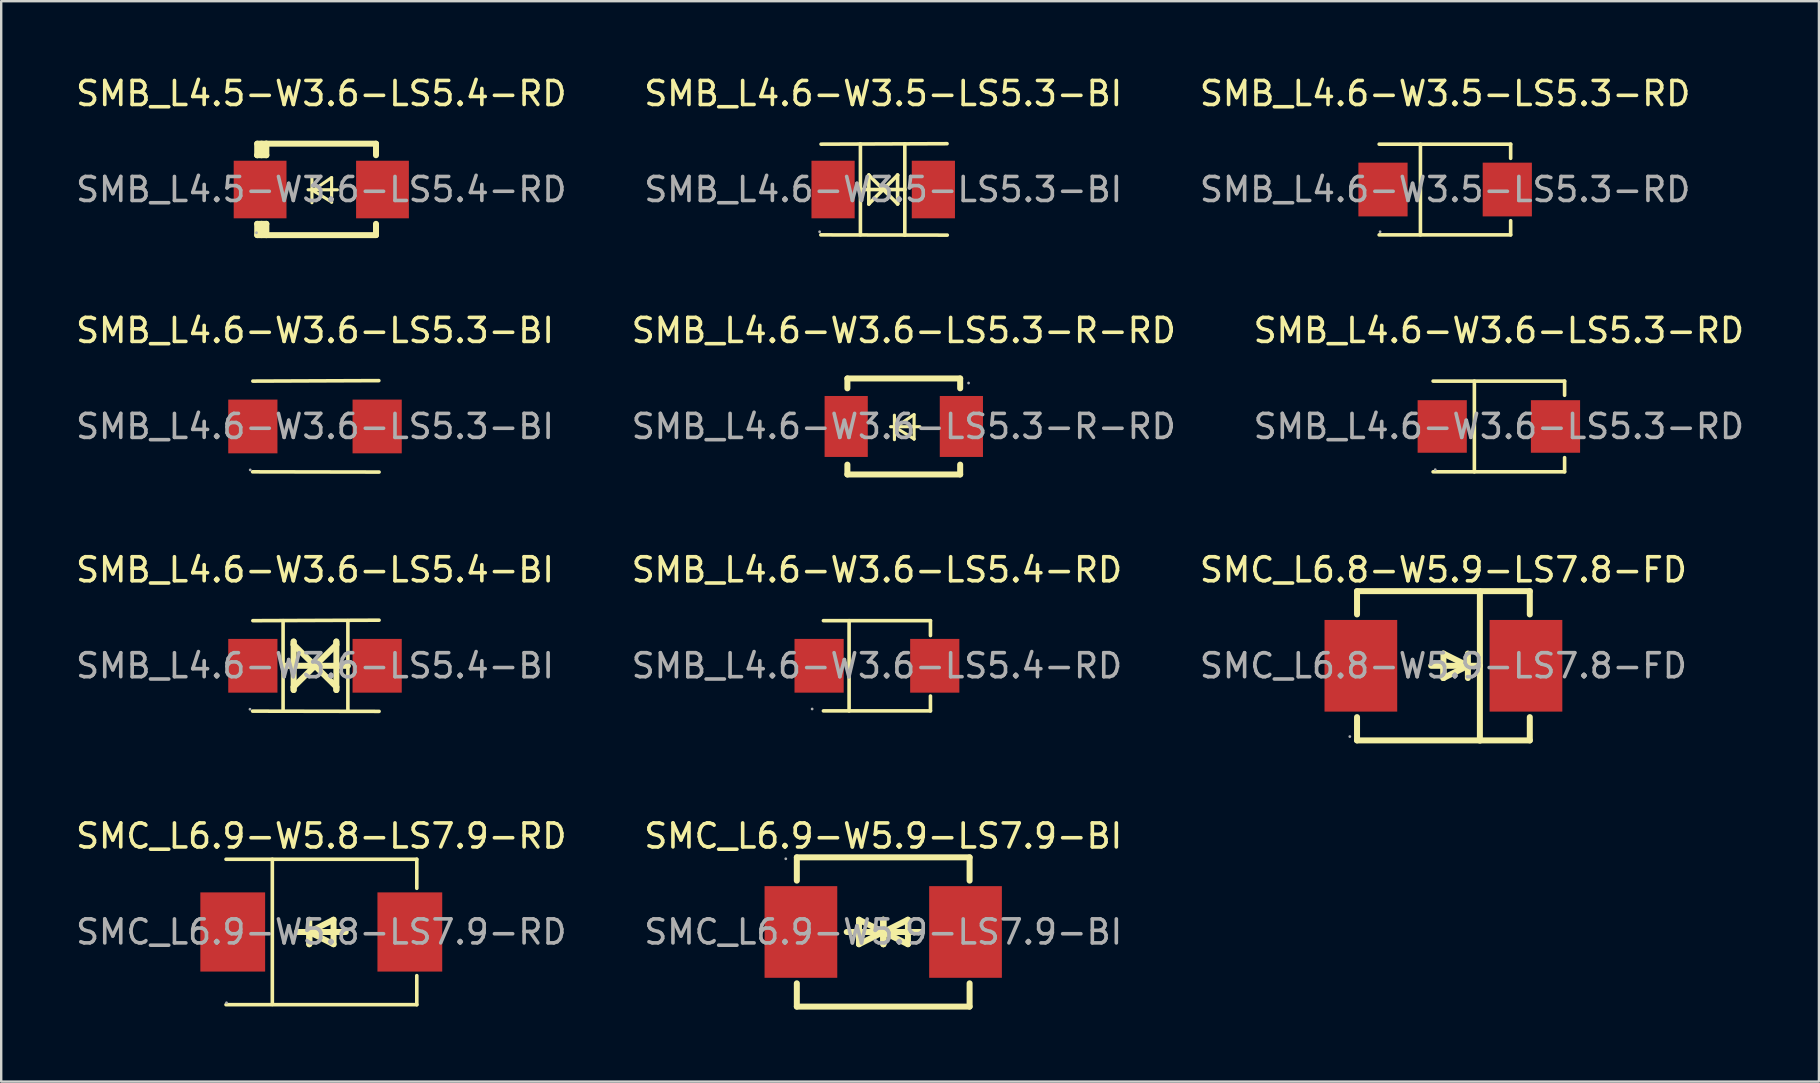
<source format=kicad_pcb>
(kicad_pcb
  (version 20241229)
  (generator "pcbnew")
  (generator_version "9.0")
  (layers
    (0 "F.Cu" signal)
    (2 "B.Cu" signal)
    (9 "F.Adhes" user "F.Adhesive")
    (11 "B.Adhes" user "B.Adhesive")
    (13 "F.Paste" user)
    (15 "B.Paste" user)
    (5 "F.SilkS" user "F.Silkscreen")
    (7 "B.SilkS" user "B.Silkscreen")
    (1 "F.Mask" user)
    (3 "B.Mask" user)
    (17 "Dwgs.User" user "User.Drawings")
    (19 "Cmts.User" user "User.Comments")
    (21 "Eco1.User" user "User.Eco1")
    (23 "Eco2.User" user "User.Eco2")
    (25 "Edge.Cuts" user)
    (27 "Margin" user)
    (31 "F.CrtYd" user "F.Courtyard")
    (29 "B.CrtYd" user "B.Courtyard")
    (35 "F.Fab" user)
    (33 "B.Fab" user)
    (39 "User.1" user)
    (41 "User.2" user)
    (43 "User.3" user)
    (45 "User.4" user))
  (footprint "SMC_L6.9-W5.9-LS7.9-BI"
    (layer "F.Cu")
    (at 33.756 35.788)
    (property "Reference" "SMC_L6.9-W5.9-LS7.9-BI" (at 0 -4 0) (layer "F.SilkS") (effects (font (size 1 1) (thickness 0.15))))
    (attr through_hole)
    (fp_line (start -3.6 -2.14) (end -3.6 -3.11) (stroke (width 0.25) (type solid)) (layer "F.SilkS"))
    (fp_line (start -3.6 3.11) (end -3.6 2.14) (stroke (width 0.25) (type solid)) (layer "F.SilkS"))
    (fp_line (start -1.52 0) (end 0.51 0) (stroke (width 0.25) (type solid)) (layer "F.SilkS"))
    (fp_line (start -1.01 -0.51) (end -1.01 0.51) (stroke (width 0.25) (type solid)) (layer "F.SilkS"))
    (fp_line (start -1.01 0.51) (end 0 0) (stroke (width 0.25) (type solid)) (layer "F.SilkS"))
    (fp_line (start 0 -0.51) (end 0 0.51) (stroke (width 0.25) (type solid)) (layer "F.SilkS"))
    (fp_line (start 0 0) (end -1.01 -0.51) (stroke (width 0.25) (type solid)) (layer "F.SilkS"))
    (fp_line (start 0 0) (end 0 -0.51) (stroke (width 0.25) (type solid)) (layer "F.SilkS"))
    (fp_line (start 0.01 0) (end 0.01 0.51) (stroke (width 0.25) (type solid)) (layer "F.SilkS"))
    (fp_line (start 0.01 0) (end 1.03 0.51) (stroke (width 0.25) (type solid)) (layer "F.SilkS"))
    (fp_line (start 0.01 0.51) (end 0.01 -0.51) (stroke (width 0.25) (type solid)) (layer "F.SilkS"))
    (fp_line (start 1.03 -0.51) (end 0.01 0) (stroke (width 0.25) (type solid)) (layer "F.SilkS"))
    (fp_line (start 1.03 0.51) (end 1.03 -0.51) (stroke (width 0.25) (type solid)) (layer "F.SilkS"))
    (fp_line (start 1.54 0) (end -0.5 0) (stroke (width 0.25) (type solid)) (layer "F.SilkS"))
    (fp_line (start 3.6 -3.11) (end -3.6 -3.11) (stroke (width 0.25) (type solid)) (layer "F.SilkS"))
    (fp_line (start 3.6 -2.14) (end 3.6 -3.11) (stroke (width 0.25) (type solid)) (layer "F.SilkS"))
    (fp_line (start 3.6 3.11) (end -3.6 3.11) (stroke (width 0.25) (type solid)) (layer "F.SilkS"))
    (fp_line (start 3.6 3.11) (end 3.6 2.14) (stroke (width 0.25) (type solid)) (layer "F.SilkS"))
    (fp_circle (center -4.06 -3.05) (end -4.03 -3.05) (stroke (width 0.06) (type solid)) (fill no) (layer "F.Fab"))
    (fp_text user "${REFERENCE}" (at 0 0 0) (layer "F.Fab") (effects (font (size 1 1) (thickness 0.15))))
    (pad "1" smd rect (at -3.43 0) (size 3.03 3.82) (layers "F.Cu" "F.Mask" "F.Paste"))
    (pad "2" smd rect (at 3.43 0) (size 3.03 3.82) (layers "F.Cu" "F.Mask" "F.Paste")))
  (footprint "SMB_L4.6-W3.6-LS5.3-RD"
    (layer "F.Cu")
    (at 59.411 14.722)
    (property "Reference" "SMB_L4.6-W3.6-LS5.3-RD" (at 0 -4 0) (layer "F.SilkS") (effects (font (size 1 1) (thickness 0.15))))
    (attr through_hole)
    (fp_line (start -2.74 -1.89) (end 2.74 -1.89) (stroke (width 0.15) (type solid)) (layer "F.SilkS"))
    (fp_line (start -2.74 1.89) (end 2.74 1.89) (stroke (width 0.15) (type solid)) (layer "F.SilkS"))
    (fp_line (start -1.02 -1.89) (end -1.02 1.89) (stroke (width 0.15) (type solid)) (layer "F.SilkS"))
    (fp_line (start 2.74 -1.89) (end 2.74 -1.3) (stroke (width 0.15) (type solid)) (layer "F.SilkS"))
    (fp_line (start 2.74 1.89) (end 2.74 1.3) (stroke (width 0.15) (type solid)) (layer "F.SilkS"))
    (fp_circle (center -2.65 1.8) (end -2.62 1.8) (stroke (width 0.06) (type solid)) (fill no) (layer "F.Fab"))
    (fp_text user "${REFERENCE}" (at 0 0 0) (layer "F.Fab") (effects (font (size 1 1) (thickness 0.15))))
    (pad "1" smd rect (at -2.36 0) (size 2.05 2.19) (layers "F.Cu" "F.Mask" "F.Paste"))
    (pad "2" smd rect (at 2.36 0) (size 2.05 2.19) (layers "F.Cu" "F.Mask" "F.Paste")))
  (footprint "SMB_L4.5-W3.6-LS5.4-RD"
    (layer "F.Cu")
    (at 10.339 4.848)
    (property "Reference" "SMB_L4.5-W3.6-LS5.4-RD" (at 0 -4 0) (layer "F.SilkS") (effects (font (size 1 1) (thickness 0.15))))
    (attr smd)
    (fp_line (start -2.67 -1.91) (end -2.67 -1.43) (stroke (width 0.25) (type solid)) (layer "F.SilkS"))
    (fp_line (start -2.67 -1.43) (end -2.67 -1.43) (stroke (width 0.25) (type solid)) (layer "F.SilkS"))
    (fp_line (start -2.67 1.43) (end -2.67 1.9) (stroke (width 0.25) (type solid)) (layer "F.SilkS"))
    (fp_line (start -2.67 1.43) (end -2.29 1.43) (stroke (width 0.25) (type solid)) (layer "F.SilkS"))
    (fp_line (start -2.67 1.9) (end -2.29 1.9) (stroke (width 0.25) (type solid)) (layer "F.SilkS"))
    (fp_line (start -2.49 -1.43) (end -2.49 -1.91) (stroke (width 0.25) (type solid)) (layer "F.SilkS"))
    (fp_line (start -2.49 1.9) (end -2.49 1.43) (stroke (width 0.25) (type solid)) (layer "F.SilkS"))
    (fp_line (start -2.29 -1.91) (end -2.67 -1.91) (stroke (width 0.25) (type solid)) (layer "F.SilkS"))
    (fp_line (start -2.29 -1.91) (end 2.28 -1.91) (stroke (width 0.25) (type solid)) (layer "F.SilkS"))
    (fp_line (start -2.29 -1.43) (end -2.67 -1.43) (stroke (width 0.25) (type solid)) (layer "F.SilkS"))
    (fp_line (start -2.29 -1.43) (end -2.29 -1.91) (stroke (width 0.25) (type solid)) (layer "F.SilkS"))
    (fp_line (start -2.29 1.9) (end -2.29 1.43) (stroke (width 0.25) (type solid)) (layer "F.SilkS"))
    (fp_line (start -0.55 0.01) (end 0.67 0.01) (stroke (width 0.13) (type solid)) (layer "F.SilkS"))
    (fp_line (start -0.39 -0.47) (end -0.39 0.55) (stroke (width 0.13) (type solid)) (layer "F.SilkS"))
    (fp_line (start -0.35 0.04) (end 0.43 0.52) (stroke (width 0.13) (type solid)) (layer "F.SilkS"))
    (fp_line (start 0.43 -0.5) (end -0.35 0.04) (stroke (width 0.13) (type solid)) (layer "F.SilkS"))
    (fp_line (start 0.43 0.53) (end 0.43 -0.49) (stroke (width 0.13) (type solid)) (layer "F.SilkS"))
    (fp_line (start 2.28 -1.91) (end 2.28 -1.43) (stroke (width 0.25) (type solid)) (layer "F.SilkS"))
    (fp_line (start 2.28 1.43) (end 2.28 1.9) (stroke (width 0.25) (type solid)) (layer "F.SilkS"))
    (fp_line (start 2.28 1.9) (end -2.29 1.9) (stroke (width 0.25) (type solid)) (layer "F.SilkS"))
    (fp_circle (center -2.7 1.8) (end -2.67 1.8) (stroke (width 0.06) (type solid)) (fill no) (layer "F.Fab"))
    (fp_text user "${REFERENCE}" (at 0 0 0) (layer "F.Fab") (effects (font (size 1 1) (thickness 0.15))))
    (pad "1" smd rect (at -2.55 0) (size 2.2 2.4) (layers "F.Cu" "F.Mask" "F.Paste"))
    (pad "2" smd rect (at 2.55 0) (size 2.2 2.4) (layers "F.Cu" "F.Mask" "F.Paste")))
  (footprint "SMB_L4.6-W3.6-LS5.3-R-RD"
    (layer "F.Cu")
    (at 34.613 14.722)
    (property "Reference" "SMB_L4.6-W3.6-LS5.3-R-RD" (at 0 -4 0) (layer "F.SilkS") (effects (font (size 1 1) (thickness 0.15))))
    (attr smd)
    (fp_line (start -2.35 -2) (end -2.35 -1.59) (stroke (width 0.25) (type solid)) (layer "F.SilkS"))
    (fp_line (start -2.35 -2) (end 2.35 -2) (stroke (width 0.25) (type solid)) (layer "F.SilkS"))
    (fp_line (start -2.35 1.59) (end -2.35 2) (stroke (width 0.25) (type solid)) (layer "F.SilkS"))
    (fp_line (start -2.35 2) (end 2.35 2) (stroke (width 0.25) (type solid)) (layer "F.SilkS"))
    (fp_line (start -0.55 0.01) (end 0.67 0.01) (stroke (width 0.13) (type solid)) (layer "F.SilkS"))
    (fp_line (start -0.39 -0.47) (end -0.39 0.55) (stroke (width 0.13) (type solid)) (layer "F.SilkS"))
    (fp_line (start -0.35 0.04) (end 0.43 0.52) (stroke (width 0.13) (type solid)) (layer "F.SilkS"))
    (fp_line (start 0.43 -0.5) (end -0.35 0.04) (stroke (width 0.13) (type solid)) (layer "F.SilkS"))
    (fp_line (start 0.43 0.53) (end 0.43 -0.48) (stroke (width 0.13) (type solid)) (layer "F.SilkS"))
    (fp_line (start 2.35 -2) (end 2.35 -1.59) (stroke (width 0.25) (type solid)) (layer "F.SilkS"))
    (fp_line (start 2.35 1.59) (end 2.35 2) (stroke (width 0.25) (type solid)) (layer "F.SilkS"))
    (fp_circle (center 2.7 -1.81) (end 2.73 -1.81) (stroke (width 0.06) (type solid)) (fill no) (layer "F.Fab"))
    (fp_text user "${REFERENCE}" (at 0 0 0) (layer "F.Fab") (effects (font (size 1 1) (thickness 0.15))))
    (pad "1" smd rect (at 2.4 0) (size 1.8 2.54) (layers "F.Cu" "F.Mask" "F.Paste"))
    (pad "2" smd rect (at -2.4 0) (size 1.8 2.54) (layers "F.Cu" "F.Mask" "F.Paste")))
  (footprint "SMB_L4.6-W3.6-LS5.4-RD"
    (layer "F.Cu")
    (at 33.494 24.695)
    (property "Reference" "SMB_L4.6-W3.6-LS5.4-RD" (at 0 -4 0) (layer "F.SilkS") (effects (font (size 1 1) (thickness 0.15))))
    (attr through_hole)
    (fp_line (start -2.23 -1.88) (end 2.23 -1.88) (stroke (width 0.15) (type solid)) (layer "F.SilkS"))
    (fp_line (start -2.23 1.88) (end 2.23 1.88) (stroke (width 0.15) (type solid)) (layer "F.SilkS"))
    (fp_line (start -1.16 -1.88) (end -1.16 1.88) (stroke (width 0.15) (type solid)) (layer "F.SilkS"))
    (fp_line (start 2.23 -1.88) (end 2.23 -1.26) (stroke (width 0.15) (type solid)) (layer "F.SilkS"))
    (fp_line (start 2.23 1.88) (end 2.23 1.26) (stroke (width 0.15) (type solid)) (layer "F.SilkS"))
    (fp_circle (center -2.7 1.8) (end -2.67 1.8) (stroke (width 0.06) (type solid)) (fill no) (layer "F.Fab"))
    (fp_text user "${REFERENCE}" (at 0 0 0) (layer "F.Fab") (effects (font (size 1 1) (thickness 0.15))))
    (pad "1" smd rect (at -2.41 0) (size 2.05 2.24) (layers "F.Cu" "F.Mask" "F.Paste"))
    (pad "2" smd rect (at 2.41 0) (size 2.05 2.24) (layers "F.Cu" "F.Mask" "F.Paste")))
  (footprint "SMB_L4.6-W3.6-LS5.4-BI"
    (layer "F.Cu")
    (at 10.077 24.695)
    (property "Reference" "SMB_L4.6-W3.6-LS5.4-BI" (at 0 -4 0) (layer "F.SilkS") (effects (font (size 1 1) (thickness 0.15))))
    (attr smd)
    (fp_line (start -1.33 0) (end 1.37 0) (stroke (width 0.25) (type solid)) (layer "F.SilkS"))
    (fp_line (start -1.33 1.88) (end -1.33 -1.88) (stroke (width 0.15) (type solid)) (layer "F.SilkS"))
    (fp_line (start -0.89 -1.01) (end -0.89 1.01) (stroke (width 0.25) (type solid)) (layer "F.SilkS"))
    (fp_line (start -0.89 -0.88) (end -0.89 -1.01) (stroke (width 0.25) (type solid)) (layer "F.SilkS"))
    (fp_line (start -0.89 0.88) (end 0 0) (stroke (width 0.25) (type solid)) (layer "F.SilkS"))
    (fp_line (start -0.89 1.01) (end -0.89 0.88) (stroke (width 0.25) (type solid)) (layer "F.SilkS"))
    (fp_line (start 0 0) (end -0.89 -0.88) (stroke (width 0.25) (type solid)) (layer "F.SilkS"))
    (fp_line (start 0 0) (end 0.89 0.88) (stroke (width 0.25) (type solid)) (layer "F.SilkS"))
    (fp_line (start 0.89 -1.01) (end 0.89 -0.88) (stroke (width 0.25) (type solid)) (layer "F.SilkS"))
    (fp_line (start 0.89 -0.88) (end 0 0) (stroke (width 0.25) (type solid)) (layer "F.SilkS"))
    (fp_line (start 0.89 0.88) (end 0.89 1.01) (stroke (width 0.25) (type solid)) (layer "F.SilkS"))
    (fp_line (start 0.89 1.01) (end 0.89 -1.01) (stroke (width 0.25) (type solid)) (layer "F.SilkS"))
    (fp_line (start 1.37 1.88) (end 1.37 -1.88) (stroke (width 0.15) (type solid)) (layer "F.SilkS"))
    (fp_line (start 2.67 -1.9) (end -2.59 -1.88) (stroke (width 0.15) (type solid)) (layer "F.SilkS"))
    (fp_line (start 2.67 1.9) (end -2.6 1.89) (stroke (width 0.15) (type solid)) (layer "F.SilkS"))
    (fp_circle (center -2.71 1.81) (end -2.68 1.81) (stroke (width 0.06) (type solid)) (fill no) (layer "F.Fab"))
    (fp_text user "${REFERENCE}" (at 0 0 0) (layer "F.Fab") (effects (font (size 1 1) (thickness 0.15))))
    (pad "1" smd rect (at -2.59 0) (size 2.05 2.24) (layers "F.Cu" "F.Mask" "F.Paste"))
    (pad "2" smd rect (at 2.59 0) (size 2.05 2.24) (layers "F.Cu" "F.Mask" "F.Paste")))
  (footprint "SMC_L6.9-W5.8-LS7.9-RD"
    (layer "F.Cu")
    (at 10.339 35.788)
    (property "Reference" "SMC_L6.9-W5.8-LS7.9-RD" (at 0 -4 0) (layer "F.SilkS") (effects (font (size 1 1) (thickness 0.15))))
    (attr through_hole)
    (fp_line (start -3.97 -3.03) (end 3.98 -3.03) (stroke (width 0.15) (type solid)) (layer "F.SilkS"))
    (fp_line (start -3.97 3.03) (end 3.98 3.03) (stroke (width 0.15) (type solid)) (layer "F.SilkS"))
    (fp_line (start -2.04 -3.03) (end -2.04 3.02) (stroke (width 0.15) (type solid)) (layer "F.SilkS"))
    (fp_line (start -0.5 0) (end -0.5 0.51) (stroke (width 0.25) (type solid)) (layer "F.SilkS"))
    (fp_line (start -0.5 0) (end 0.51 0.51) (stroke (width 0.25) (type solid)) (layer "F.SilkS"))
    (fp_line (start -0.5 0.51) (end -0.5 -0.51) (stroke (width 0.25) (type solid)) (layer "F.SilkS"))
    (fp_line (start 0.51 -0.51) (end -0.5 0) (stroke (width 0.25) (type solid)) (layer "F.SilkS"))
    (fp_line (start 0.51 0.51) (end 0.51 -0.51) (stroke (width 0.25) (type solid)) (layer "F.SilkS"))
    (fp_line (start 1.02 0) (end -1.01 0) (stroke (width 0.25) (type solid)) (layer "F.SilkS"))
    (fp_line (start 3.98 -3.03) (end 3.98 -1.82) (stroke (width 0.15) (type solid)) (layer "F.SilkS"))
    (fp_line (start 3.98 3.03) (end 3.98 1.82) (stroke (width 0.15) (type solid)) (layer "F.SilkS"))
    (fp_circle (center -3.95 2.95) (end -3.92 2.95) (stroke (width 0.06) (type solid)) (fill no) (layer "F.Fab"))
    (fp_text user "${REFERENCE}" (at 0 0 0) (layer "F.Fab") (effects (font (size 1 1) (thickness 0.15))))
    (pad "1" smd rect (at -3.69 0) (size 2.7 3.3) (layers "F.Cu" "F.Mask" "F.Paste"))
    (pad "2" smd rect (at 3.69 0) (size 2.7 3.3) (layers "F.Cu" "F.Mask" "F.Paste")))
  (footprint "SMC_L6.8-W5.9-LS7.8-FD"
    (layer "F.Cu")
    (at 57.101 24.695)
    (property "Reference" "SMC_L6.8-W5.9-LS7.8-FD" (at 0 -4 0) (layer "F.SilkS") (effects (font (size 1 1) (thickness 0.15))))
    (attr smd)
    (fp_line (start -3.6 -3.11) (end -3.6 -2.14) (stroke (width 0.25) (type solid)) (layer "F.SilkS"))
    (fp_line (start -3.6 -3.11) (end 3.6 -3.11) (stroke (width 0.25) (type solid)) (layer "F.SilkS"))
    (fp_line (start -3.6 2.14) (end -3.6 3.11) (stroke (width 0.25) (type solid)) (layer "F.SilkS"))
    (fp_line (start -3.6 3.11) (end 3.6 3.11) (stroke (width 0.25) (type solid)) (layer "F.SilkS"))
    (fp_line (start -0.51 0) (end 1.52 0) (stroke (width 0.25) (type solid)) (layer "F.SilkS"))
    (fp_line (start 0 -0.51) (end 1.02 0) (stroke (width 0.25) (type solid)) (layer "F.SilkS"))
    (fp_line (start 0 0) (end 0 0.51) (stroke (width 0.25) (type solid)) (layer "F.SilkS"))
    (fp_line (start 0 0.51) (end 0 -0.51) (stroke (width 0.25) (type solid)) (layer "F.SilkS"))
    (fp_line (start 1.02 0) (end 0 0.51) (stroke (width 0.25) (type solid)) (layer "F.SilkS"))
    (fp_line (start 1.02 0.51) (end 1.02 -0.51) (stroke (width 0.25) (type solid)) (layer "F.SilkS"))
    (fp_line (start 1.52 -3.1) (end 1.52 3.12) (stroke (width 0.25) (type solid)) (layer "F.SilkS"))
    (fp_line (start 3.6 -3.11) (end 3.6 -2.14) (stroke (width 0.25) (type solid)) (layer "F.SilkS"))
    (fp_line (start 3.6 2.14) (end 3.6 3.11) (stroke (width 0.25) (type solid)) (layer "F.SilkS"))
    (fp_circle (center -3.9 2.95) (end -3.87 2.95) (stroke (width 0.06) (type solid)) (fill no) (layer "F.Fab"))
    (fp_text user "${REFERENCE}" (at 0 0 0) (layer "F.Fab") (effects (font (size 1 1) (thickness 0.15))))
    (pad "1" smd rect (at -3.44 0 180) (size 3.03 3.82) (layers "F.Cu" "F.Mask" "F.Paste"))
    (pad "2" smd rect (at 3.44 0 180) (size 3.03 3.82) (layers "F.Cu" "F.Mask" "F.Paste")))
  (footprint "SMB_L4.6-W3.6-LS5.3-BI"
    (layer "F.Cu")
    (at 10.077 14.722)
    (property "Reference" "SMB_L4.6-W3.6-LS5.3-BI" (at 0 -4 0) (layer "F.SilkS") (effects (font (size 1 1) (thickness 0.15))))
    (attr through_hole)
    (fp_line (start 2.66 -1.91) (end -2.59 -1.89) (stroke (width 0.15) (type solid)) (layer "F.SilkS"))
    (fp_line (start 2.67 1.9) (end -2.6 1.89) (stroke (width 0.15) (type solid)) (layer "F.SilkS"))
    (fp_circle (center -2.7 1.81) (end -2.67 1.81) (stroke (width 0.06) (type solid)) (fill no) (layer "F.Fab"))
    (fp_text user "${REFERENCE}" (at 0 0 0) (layer "F.Fab") (effects (font (size 1 1) (thickness 0.15))))
    (pad "1" smd rect (at -2.59 0) (size 2.05 2.24) (layers "F.Cu" "F.Mask" "F.Paste"))
    (pad "2" smd rect (at 2.59 0) (size 2.05 2.24) (layers "F.Cu" "F.Mask" "F.Paste")))
  (footprint "SMB_L4.6-W3.5-LS5.3-RD"
    (layer "F.Cu")
    (at 57.173 4.848)
    (property "Reference" "SMB_L4.6-W3.5-LS5.3-RD" (at 0 -4 0) (layer "F.SilkS") (effects (font (size 1 1) (thickness 0.15))))
    (attr through_hole)
    (fp_line (start -2.75 -1.89) (end 2.73 -1.89) (stroke (width 0.15) (type solid)) (layer "F.SilkS"))
    (fp_line (start -2.75 1.89) (end 2.73 1.89) (stroke (width 0.15) (type solid)) (layer "F.SilkS"))
    (fp_line (start -1.03 -1.89) (end -1.03 1.89) (stroke (width 0.15) (type solid)) (layer "F.SilkS"))
    (fp_line (start 2.73 -1.89) (end 2.73 -1.3) (stroke (width 0.15) (type solid)) (layer "F.SilkS"))
    (fp_line (start 2.73 1.89) (end 2.73 1.3) (stroke (width 0.15) (type solid)) (layer "F.SilkS"))
    (fp_circle (center -2.71 1.76) (end -2.68 1.76) (stroke (width 0.06) (type solid)) (fill no) (layer "F.Fab"))
    (fp_text user "${REFERENCE}" (at 0 0 0) (layer "F.Fab") (effects (font (size 1 1) (thickness 0.15))))
    (pad "1" smd rect (at -2.59 0) (size 2.05 2.24) (layers "F.Cu" "F.Mask" "F.Paste"))
    (pad "2" smd rect (at 2.59 0) (size 2.05 2.24) (layers "F.Cu" "F.Mask" "F.Paste")))
  (footprint "SMB_L4.6-W3.5-LS5.3-BI"
    (layer "F.Cu")
    (at 33.756 4.848)
    (property "Reference" "SMB_L4.6-W3.5-LS5.3-BI" (at 0 -4 0) (layer "F.SilkS") (effects (font (size 1 1) (thickness 0.15))))
    (attr smd)
    (fp_line (start -0.95 0) (end -0.95 -1.9) (stroke (width 0.15) (type solid)) (layer "F.SilkS"))
    (fp_line (start -0.95 0) (end -0.95 1.89) (stroke (width 0.15) (type solid)) (layer "F.SilkS"))
    (fp_line (start -0.95 0) (end 0.9 0) (stroke (width 0.15) (type solid)) (layer "F.SilkS"))
    (fp_line (start -0.6 -0.6) (end -0.6 -0.6) (stroke (width 0.15) (type solid)) (layer "F.SilkS"))
    (fp_line (start -0.6 -0.6) (end -0.6 0.6) (stroke (width 0.15) (type solid)) (layer "F.SilkS"))
    (fp_line (start -0.6 -0.6) (end 0 0) (stroke (width 0.15) (type solid)) (layer "F.SilkS"))
    (fp_line (start -0.6 0.6) (end -0.6 0.6) (stroke (width 0.15) (type solid)) (layer "F.SilkS"))
    (fp_line (start -0.6 0.6) (end 0 0) (stroke (width 0.15) (type solid)) (layer "F.SilkS"))
    (fp_line (start 0.6 -0.6) (end 0 0) (stroke (width 0.15) (type solid)) (layer "F.SilkS"))
    (fp_line (start 0.6 -0.6) (end 0.6 -0.6) (stroke (width 0.15) (type solid)) (layer "F.SilkS"))
    (fp_line (start 0.6 -0.6) (end 0.6 0.6) (stroke (width 0.15) (type solid)) (layer "F.SilkS"))
    (fp_line (start 0.6 0.6) (end 0 0) (stroke (width 0.15) (type solid)) (layer "F.SilkS"))
    (fp_line (start 0.6 0.6) (end 0.6 0.6) (stroke (width 0.15) (type solid)) (layer "F.SilkS"))
    (fp_line (start 0.9 0) (end 0.9 -1.9) (stroke (width 0.15) (type solid)) (layer "F.SilkS"))
    (fp_line (start 0.9 0) (end 0.9 1.9) (stroke (width 0.15) (type solid)) (layer "F.SilkS"))
    (fp_line (start 2.66 -1.91) (end -2.59 -1.89) (stroke (width 0.15) (type solid)) (layer "F.SilkS"))
    (fp_line (start 2.67 1.9) (end -2.6 1.89) (stroke (width 0.15) (type solid)) (layer "F.SilkS"))
    (fp_circle (center -2.65 1.76) (end -2.62 1.76) (stroke (width 0.06) (type solid)) (fill no) (layer "F.Fab"))
    (fp_text user "${REFERENCE}" (at 0 0 0) (layer "F.Fab") (effects (font (size 1 1) (thickness 0.15))))
    (pad "1" smd rect (at -2.09 0) (size 1.8 2.4) (layers "F.Cu" "F.Mask" "F.Paste"))
    (pad "2" smd rect (at 2.09 0) (size 1.8 2.4) (layers "F.Cu" "F.Mask" "F.Paste")))
  (gr_rect
    (start -3 -3)
    (end 72.75 42.023)
    (stroke (width 0.1) (type default))
    (fill no)
    (layer "Edge.Cuts")))
</source>
